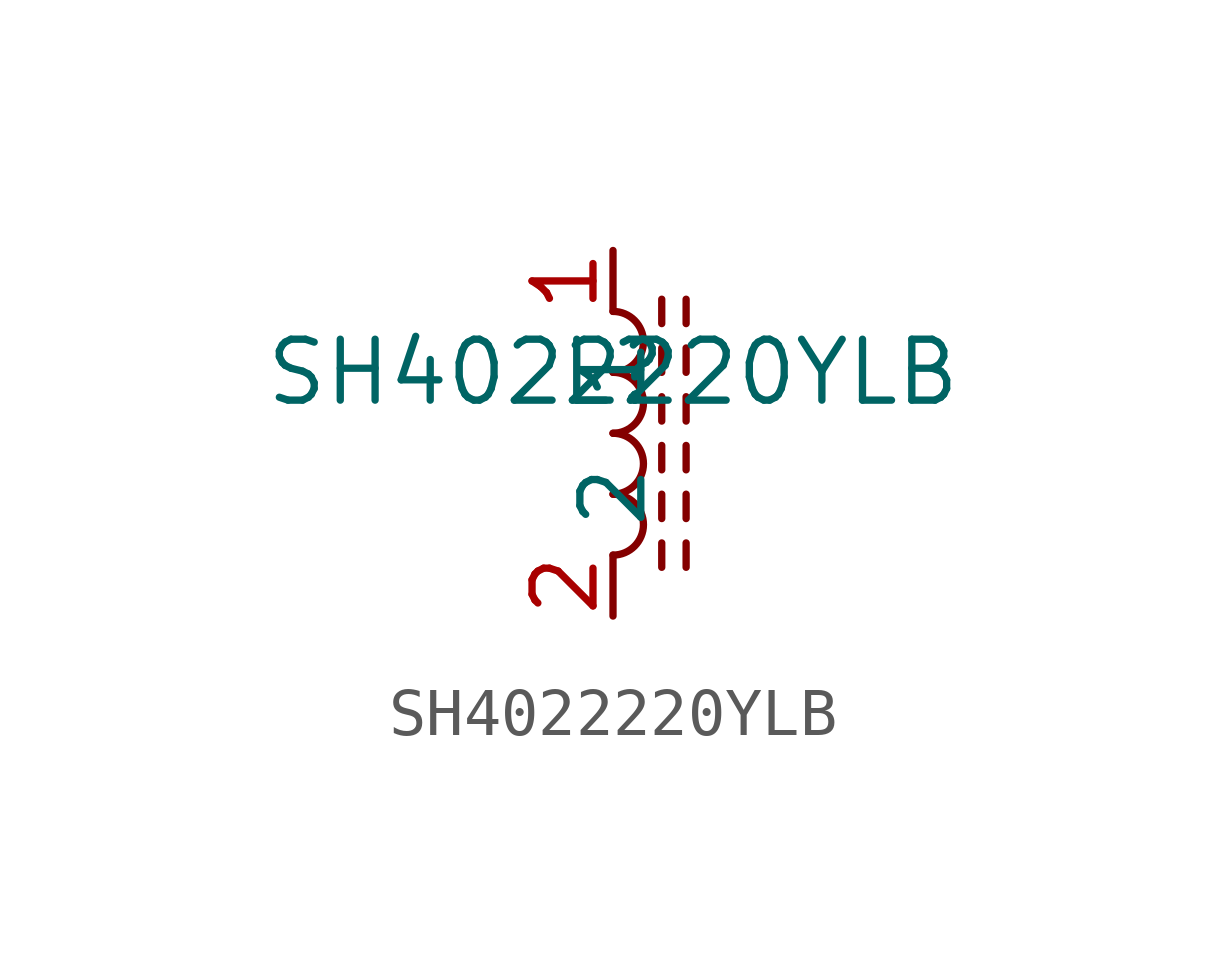
<source format=kicad_sym>
(kicad_symbol_lib
  (version 20211014)
  (generator kicad_symbol_editor)
  (symbol "SH4022220YLB"
    (property "Reference" "L"
      (at 0 0 0)
      (effects (font (size 1.27 1.27))))
    (property "Value" "SH4022220YLB"
      (at 0 0 0)
      (effects (font (size 1.27 1.27))))
    (symbol "SH4022220YLB_0_1"
      (arc (start 0 -3.81) (mid 0.635 -3.175) (end 0 -2.54) (stroke (width 0) (type default) (color 0 0 0 0)) (fill (type none)))
      (arc (start 0 -2.54) (mid 0.635 -1.905) (end 0 -1.27) (stroke (width 0) (type default) (color 0 0 0 0)) (fill (type none)))
      (arc (start 0 -1.27) (mid 0.635 -0.635) (end 0 0) (stroke (width 0) (type default) (color 0 0 0 0)) (fill (type none)))
      (polyline (pts (xy 1.016 -4.064) (xy 1.016 -3.556)) (stroke (width 0) (type default) (color 0 0 0 0)) (fill (type none)))
      (polyline (pts (xy 1.016 -3.048) (xy 1.016 -2.54)) (stroke (width 0) (type default) (color 0 0 0 0)) (fill (type none)))
      (polyline (pts (xy 1.016 -2.032) (xy 1.016 -1.524)) (stroke (width 0) (type default) (color 0 0 0 0)) (fill (type none)))
      (polyline (pts (xy 1.016 -1.016) (xy 1.016 -0.508)) (stroke (width 0) (type default) (color 0 0 0 0)) (fill (type none)))
      (polyline (pts (xy 1.016 0) (xy 1.016 0.508)) (stroke (width 0) (type default) (color 0 0 0 0)) (fill (type none)))
      (polyline (pts (xy 1.016 1.016) (xy 1.016 1.524)) (stroke (width 0) (type default) (color 0 0 0 0)) (fill (type none)))
      (polyline (pts (xy 1.524 -3.556) (xy 1.524 -4.064)) (stroke (width 0) (type default) (color 0 0 0 0)) (fill (type none)))
      (polyline (pts (xy 1.524 -2.54) (xy 1.524 -3.048)) (stroke (width 0) (type default) (color 0 0 0 0)) (fill (type none)))
      (polyline (pts (xy 1.524 -1.524) (xy 1.524 -2.032)) (stroke (width 0) (type default) (color 0 0 0 0)) (fill (type none)))
      (polyline (pts (xy 1.524 -0.508) (xy 1.524 -1.016)) (stroke (width 0) (type default) (color 0 0 0 0)) (fill (type none)))
      (polyline (pts (xy 1.524 0.508) (xy 1.524 0)) (stroke (width 0) (type default) (color 0 0 0 0)) (fill (type none)))
      (polyline (pts (xy 1.524 1.524) (xy 1.524 1.016)) (stroke (width 0) (type default) (color 0 0 0 0)) (fill (type none)))
      (arc (start 0 0) (mid 0.635 0.635) (end 0 1.27) (stroke (width 0) (type default) (color 0 0 0 0)) (fill (type none))))
    (symbol "SH4022220YLB_1_1"
      (pin passive line (at 0 2.54 270) (length 1.27) (name "1" (effects (font (size 1.27 1.27)))) (number "1" (effects (font (size 1.27 1.27)))))
      (pin passive line (at 0 -5.08 90) (length 1.27) (name "2" (effects (font (size 1.27 1.27)))) (number "2" (effects (font (size 1.27 1.27))))))))
</source>
